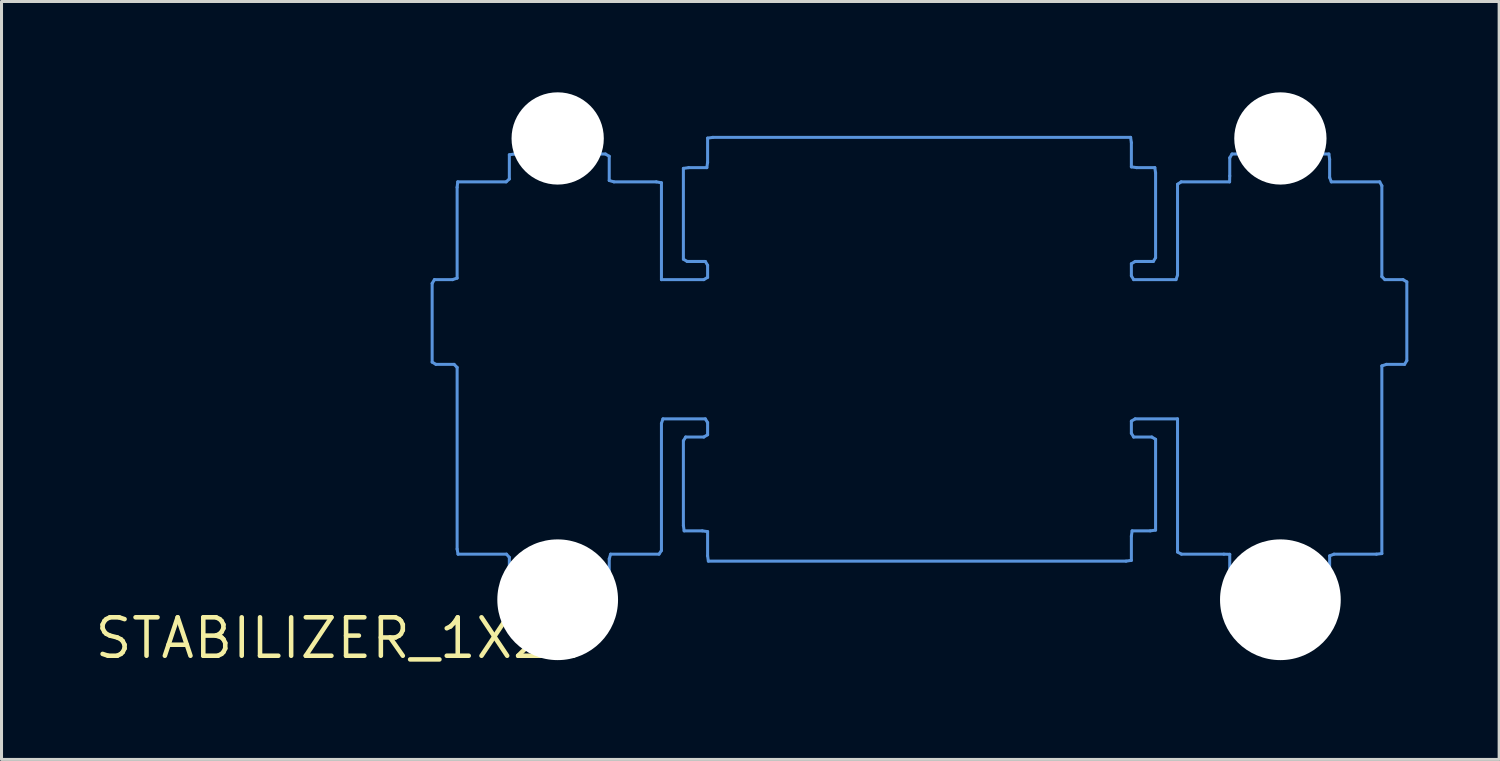
<source format=kicad_pcb>
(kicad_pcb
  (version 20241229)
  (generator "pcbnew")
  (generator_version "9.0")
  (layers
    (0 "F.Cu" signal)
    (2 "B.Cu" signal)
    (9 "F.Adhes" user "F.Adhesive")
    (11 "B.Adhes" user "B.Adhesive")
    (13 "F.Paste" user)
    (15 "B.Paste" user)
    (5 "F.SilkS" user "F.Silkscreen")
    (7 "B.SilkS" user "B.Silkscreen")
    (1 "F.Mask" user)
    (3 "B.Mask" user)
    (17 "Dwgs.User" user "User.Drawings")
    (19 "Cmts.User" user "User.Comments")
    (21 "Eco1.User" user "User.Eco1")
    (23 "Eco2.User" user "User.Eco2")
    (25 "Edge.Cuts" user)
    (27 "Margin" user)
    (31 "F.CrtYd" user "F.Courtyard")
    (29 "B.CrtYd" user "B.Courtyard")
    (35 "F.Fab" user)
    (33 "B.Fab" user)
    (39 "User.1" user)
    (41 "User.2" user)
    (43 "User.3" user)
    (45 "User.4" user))
  (footprint "STABILIZER_1X2U"
    (layer "F.Cu")
    (at 8.262 18.034)
    (property "Reference" "STABILIZER_1X2U" (at 0 0 0) (layer "F.SilkS") (effects (font (size 1.27 1.27) (thickness 0.15))))
    (attr through_hole)
    (fp_line (start 2.965 -11.721) (end 2.965 -9.121) (stroke (width 0.1) (type solid)) (layer "Cmts.User"))
    (fp_line (start 2.965 -9.121) (end 3.09 -9.046) (stroke (width 0.1) (type solid)) (layer "Cmts.User"))
    (fp_line (start 3.04 -11.846) (end 2.965 -11.721) (stroke (width 0.1) (type solid)) (layer "Cmts.User"))
    (fp_line (start 3.09 -9.046) (end 3.69 -9.046) (stroke (width 0.1) (type solid)) (layer "Cmts.User"))
    (fp_line (start 3.64 -11.846) (end 3.04 -11.846) (stroke (width 0.1) (type solid)) (layer "Cmts.User"))
    (fp_line (start 3.69 -9.046) (end 3.79 -8.946) (stroke (width 0.1) (type solid)) (layer "Cmts.User"))
    (fp_line (start 3.79 -14.896) (end 3.79 -11.896) (stroke (width 0.1) (type solid)) (layer "Cmts.User"))
    (fp_line (start 3.79 -11.896) (end 3.64 -11.846) (stroke (width 0.1) (type solid)) (layer "Cmts.User"))
    (fp_line (start 3.79 -8.946) (end 3.79 -2.946) (stroke (width 0.1) (type solid)) (layer "Cmts.User"))
    (fp_line (start 3.79 -2.946) (end 3.82 -2.776) (stroke (width 0.1) (type solid)) (layer "Cmts.User"))
    (fp_line (start 3.81 -15.076) (end 3.79 -14.896) (stroke (width 0.1) (type solid)) (layer "Cmts.User"))
    (fp_line (start 3.82 -2.776) (end 5.42 -2.776) (stroke (width 0.1) (type solid)) (layer "Cmts.User"))
    (fp_line (start 5.41 -15.076) (end 3.81 -15.076) (stroke (width 0.1) (type solid)) (layer "Cmts.User"))
    (fp_line (start 5.42 -2.776) (end 5.515 -2.671) (stroke (width 0.1) (type solid)) (layer "Cmts.User"))
    (fp_line (start 5.515 -15.971) (end 5.515 -15.171) (stroke (width 0.1) (type solid)) (layer "Cmts.User"))
    (fp_line (start 5.515 -15.171) (end 5.41 -15.076) (stroke (width 0.1) (type solid)) (layer "Cmts.User"))
    (fp_line (start 5.515 -2.671) (end 5.515 -1.871) (stroke (width 0.1) (type solid)) (layer "Cmts.User"))
    (fp_line (start 5.515 -1.871) (end 5.64 -1.796) (stroke (width 0.1) (type solid)) (layer "Cmts.User"))
    (fp_line (start 5.64 -1.796) (end 8.64 -1.796) (stroke (width 0.1) (type solid)) (layer "Cmts.User"))
    (fp_line (start 5.69 -15.996) (end 5.515 -15.971) (stroke (width 0.1) (type solid)) (layer "Cmts.User"))
    (fp_line (start 8.64 -1.796) (end 8.815 -1.821) (stroke (width 0.1) (type solid)) (layer "Cmts.User"))
    (fp_line (start 8.69 -15.996) (end 5.69 -15.996) (stroke (width 0.1) (type solid)) (layer "Cmts.User"))
    (fp_line (start 8.815 -15.921) (end 8.69 -15.996) (stroke (width 0.1) (type solid)) (layer "Cmts.User"))
    (fp_line (start 8.815 -15.121) (end 8.815 -15.921) (stroke (width 0.1) (type solid)) (layer "Cmts.User"))
    (fp_line (start 8.815 -2.621) (end 8.86 -2.776) (stroke (width 0.1) (type solid)) (layer "Cmts.User"))
    (fp_line (start 8.815 -1.821) (end 8.815 -2.621) (stroke (width 0.1) (type solid)) (layer "Cmts.User"))
    (fp_line (start 8.86 -2.776) (end 10.46 -2.776) (stroke (width 0.1) (type solid)) (layer "Cmts.User"))
    (fp_line (start 8.97 -15.076) (end 8.815 -15.121) (stroke (width 0.1) (type solid)) (layer "Cmts.User"))
    (fp_line (start 10.37 -15.076) (end 8.97 -15.076) (stroke (width 0.1) (type solid)) (layer "Cmts.User"))
    (fp_line (start 10.46 -2.776) (end 10.54 -2.896) (stroke (width 0.1) (type solid)) (layer "Cmts.User"))
    (fp_line (start 10.54 -15.046) (end 10.37 -15.076) (stroke (width 0.1) (type solid)) (layer "Cmts.User"))
    (fp_line (start 10.54 -11.846) (end 10.54 -15.046) (stroke (width 0.1) (type solid)) (layer "Cmts.User"))
    (fp_line (start 10.54 -7.096) (end 10.59 -7.246) (stroke (width 0.1) (type solid)) (layer "Cmts.User"))
    (fp_line (start 10.54 -2.896) (end 10.54 -7.096) (stroke (width 0.1) (type solid)) (layer "Cmts.User"))
    (fp_line (start 10.59 -7.246) (end 11.99 -7.246) (stroke (width 0.1) (type solid)) (layer "Cmts.User"))
    (fp_line (start 11.265 -15.521) (end 11.265 -12.521) (stroke (width 0.1) (type solid)) (layer "Cmts.User"))
    (fp_line (start 11.265 -12.521) (end 11.39 -12.446) (stroke (width 0.1) (type solid)) (layer "Cmts.User"))
    (fp_line (start 11.265 -6.521) (end 11.265 -3.721) (stroke (width 0.1) (type solid)) (layer "Cmts.User"))
    (fp_line (start 11.265 -3.721) (end 11.29 -3.546) (stroke (width 0.1) (type solid)) (layer "Cmts.User"))
    (fp_line (start 11.29 -3.546) (end 11.89 -3.546) (stroke (width 0.1) (type solid)) (layer "Cmts.User"))
    (fp_line (start 11.34 -6.646) (end 11.265 -6.521) (stroke (width 0.1) (type solid)) (layer "Cmts.User"))
    (fp_line (start 11.39 -12.446) (end 11.99 -12.446) (stroke (width 0.1) (type solid)) (layer "Cmts.User"))
    (fp_line (start 11.44 -15.546) (end 11.265 -15.521) (stroke (width 0.1) (type solid)) (layer "Cmts.User"))
    (fp_line (start 11.89 -3.546) (end 12.065 -3.521) (stroke (width 0.1) (type solid)) (layer "Cmts.User"))
    (fp_line (start 11.94 -11.846) (end 10.54 -11.846) (stroke (width 0.1) (type solid)) (layer "Cmts.User"))
    (fp_line (start 11.94 -6.646) (end 11.34 -6.646) (stroke (width 0.1) (type solid)) (layer "Cmts.User"))
    (fp_line (start 11.99 -7.246) (end 12.065 -7.121) (stroke (width 0.1) (type solid)) (layer "Cmts.User"))
    (fp_line (start 11.99 -12.446) (end 12.065 -12.321) (stroke (width 0.1) (type solid)) (layer "Cmts.User"))
    (fp_line (start 12.04 -15.546) (end 11.44 -15.546) (stroke (width 0.1) (type solid)) (layer "Cmts.User"))
    (fp_line (start 12.065 -16.521) (end 12.065 -15.721) (stroke (width 0.1) (type solid)) (layer "Cmts.User"))
    (fp_line (start 12.065 -15.721) (end 12.04 -15.546) (stroke (width 0.1) (type solid)) (layer "Cmts.User"))
    (fp_line (start 12.065 -12.321) (end 12.065 -11.921) (stroke (width 0.1) (type solid)) (layer "Cmts.User"))
    (fp_line (start 12.065 -11.921) (end 11.94 -11.846) (stroke (width 0.1) (type solid)) (layer "Cmts.User"))
    (fp_line (start 12.065 -7.121) (end 12.065 -6.721) (stroke (width 0.1) (type solid)) (layer "Cmts.User"))
    (fp_line (start 12.065 -6.721) (end 11.94 -6.646) (stroke (width 0.1) (type solid)) (layer "Cmts.User"))
    (fp_line (start 12.065 -3.521) (end 12.065 -2.721) (stroke (width 0.1) (type solid)) (layer "Cmts.User"))
    (fp_line (start 12.065 -2.721) (end 12.09 -2.546) (stroke (width 0.1) (type solid)) (layer "Cmts.User"))
    (fp_line (start 12.09 -2.546) (end 25.89 -2.546) (stroke (width 0.1) (type solid)) (layer "Cmts.User"))
    (fp_line (start 12.24 -16.546) (end 12.065 -16.521) (stroke (width 0.1) (type solid)) (layer "Cmts.User"))
    (fp_line (start 25.89 -2.546) (end 26.065 -2.571) (stroke (width 0.1) (type solid)) (layer "Cmts.User"))
    (fp_line (start 26.04 -16.546) (end 12.24 -16.546) (stroke (width 0.1) (type solid)) (layer "Cmts.User"))
    (fp_line (start 26.065 -16.371) (end 26.04 -16.546) (stroke (width 0.1) (type solid)) (layer "Cmts.User"))
    (fp_line (start 26.065 -15.571) (end 26.065 -16.371) (stroke (width 0.1) (type solid)) (layer "Cmts.User"))
    (fp_line (start 26.065 -12.371) (end 26.19 -12.446) (stroke (width 0.1) (type solid)) (layer "Cmts.User"))
    (fp_line (start 26.065 -11.971) (end 26.065 -12.371) (stroke (width 0.1) (type solid)) (layer "Cmts.User"))
    (fp_line (start 26.065 -7.171) (end 26.19 -7.246) (stroke (width 0.1) (type solid)) (layer "Cmts.User"))
    (fp_line (start 26.065 -6.771) (end 26.065 -7.171) (stroke (width 0.1) (type solid)) (layer "Cmts.User"))
    (fp_line (start 26.065 -3.371) (end 26.09 -3.546) (stroke (width 0.1) (type solid)) (layer "Cmts.User"))
    (fp_line (start 26.065 -2.571) (end 26.065 -3.371) (stroke (width 0.1) (type solid)) (layer "Cmts.User"))
    (fp_line (start 26.09 -3.546) (end 26.69 -3.546) (stroke (width 0.1) (type solid)) (layer "Cmts.User"))
    (fp_line (start 26.14 -6.646) (end 26.065 -6.771) (stroke (width 0.1) (type solid)) (layer "Cmts.User"))
    (fp_line (start 26.14 -11.846) (end 26.065 -11.971) (stroke (width 0.1) (type solid)) (layer "Cmts.User"))
    (fp_line (start 26.19 -12.446) (end 26.79 -12.446) (stroke (width 0.1) (type solid)) (layer "Cmts.User"))
    (fp_line (start 26.19 -7.246) (end 27.59 -7.246) (stroke (width 0.1) (type solid)) (layer "Cmts.User"))
    (fp_line (start 26.24 -15.546) (end 26.065 -15.571) (stroke (width 0.1) (type solid)) (layer "Cmts.User"))
    (fp_line (start 26.69 -3.546) (end 26.865 -3.571) (stroke (width 0.1) (type solid)) (layer "Cmts.User"))
    (fp_line (start 26.74 -6.646) (end 26.14 -6.646) (stroke (width 0.1) (type solid)) (layer "Cmts.User"))
    (fp_line (start 26.79 -12.446) (end 26.865 -12.571) (stroke (width 0.1) (type solid)) (layer "Cmts.User"))
    (fp_line (start 26.84 -15.546) (end 26.24 -15.546) (stroke (width 0.1) (type solid)) (layer "Cmts.User"))
    (fp_line (start 26.865 -15.371) (end 26.84 -15.546) (stroke (width 0.1) (type solid)) (layer "Cmts.User"))
    (fp_line (start 26.865 -12.571) (end 26.865 -15.371) (stroke (width 0.1) (type solid)) (layer "Cmts.User"))
    (fp_line (start 26.865 -6.571) (end 26.74 -6.646) (stroke (width 0.1) (type solid)) (layer "Cmts.User"))
    (fp_line (start 26.865 -3.571) (end 26.865 -6.571) (stroke (width 0.1) (type solid)) (layer "Cmts.User"))
    (fp_line (start 27.54 -11.846) (end 26.14 -11.846) (stroke (width 0.1) (type solid)) (layer "Cmts.User"))
    (fp_line (start 27.59 -14.996) (end 27.59 -11.996) (stroke (width 0.1) (type solid)) (layer "Cmts.User"))
    (fp_line (start 27.59 -11.996) (end 27.54 -11.846) (stroke (width 0.1) (type solid)) (layer "Cmts.User"))
    (fp_line (start 27.59 -7.246) (end 27.59 -2.846) (stroke (width 0.1) (type solid)) (layer "Cmts.User"))
    (fp_line (start 27.59 -2.846) (end 27.72 -2.776) (stroke (width 0.1) (type solid)) (layer "Cmts.User"))
    (fp_line (start 27.71 -15.076) (end 27.59 -14.996) (stroke (width 0.1) (type solid)) (layer "Cmts.User"))
    (fp_line (start 27.72 -2.776) (end 29.12 -2.776) (stroke (width 0.1) (type solid)) (layer "Cmts.User"))
    (fp_line (start 29.12 -2.776) (end 29.315 -2.771) (stroke (width 0.1) (type solid)) (layer "Cmts.User"))
    (fp_line (start 29.31 -15.076) (end 27.71 -15.076) (stroke (width 0.1) (type solid)) (layer "Cmts.User"))
    (fp_line (start 29.315 -15.871) (end 29.315 -15.271) (stroke (width 0.1) (type solid)) (layer "Cmts.User"))
    (fp_line (start 29.315 -15.271) (end 29.31 -15.076) (stroke (width 0.1) (type solid)) (layer "Cmts.User"))
    (fp_line (start 29.315 -2.771) (end 29.315 -1.971) (stroke (width 0.1) (type solid)) (layer "Cmts.User"))
    (fp_line (start 29.315 -1.971) (end 29.34 -1.796) (stroke (width 0.1) (type solid)) (layer "Cmts.User"))
    (fp_line (start 29.34 -1.796) (end 32.54 -1.796) (stroke (width 0.1) (type solid)) (layer "Cmts.User"))
    (fp_line (start 29.39 -15.996) (end 29.315 -15.871) (stroke (width 0.1) (type solid)) (layer "Cmts.User"))
    (fp_line (start 32.54 -1.796) (end 32.615 -1.921) (stroke (width 0.1) (type solid)) (layer "Cmts.User"))
    (fp_line (start 32.59 -15.996) (end 29.39 -15.996) (stroke (width 0.1) (type solid)) (layer "Cmts.User"))
    (fp_line (start 32.615 -15.821) (end 32.59 -15.996) (stroke (width 0.1) (type solid)) (layer "Cmts.User"))
    (fp_line (start 32.615 -15.221) (end 32.615 -15.821) (stroke (width 0.1) (type solid)) (layer "Cmts.User"))
    (fp_line (start 32.615 -2.721) (end 32.76 -2.776) (stroke (width 0.1) (type solid)) (layer "Cmts.User"))
    (fp_line (start 32.615 -1.921) (end 32.615 -2.721) (stroke (width 0.1) (type solid)) (layer "Cmts.User"))
    (fp_line (start 32.67 -15.076) (end 32.615 -15.221) (stroke (width 0.1) (type solid)) (layer "Cmts.User"))
    (fp_line (start 32.76 -2.776) (end 34.16 -2.776) (stroke (width 0.1) (type solid)) (layer "Cmts.User"))
    (fp_line (start 34.16 -2.776) (end 34.34 -2.796) (stroke (width 0.1) (type solid)) (layer "Cmts.User"))
    (fp_line (start 34.27 -15.076) (end 32.67 -15.076) (stroke (width 0.1) (type solid)) (layer "Cmts.User"))
    (fp_line (start 34.34 -14.946) (end 34.27 -15.076) (stroke (width 0.1) (type solid)) (layer "Cmts.User"))
    (fp_line (start 34.34 -11.946) (end 34.34 -14.946) (stroke (width 0.1) (type solid)) (layer "Cmts.User"))
    (fp_line (start 34.34 -8.996) (end 34.49 -9.046) (stroke (width 0.1) (type solid)) (layer "Cmts.User"))
    (fp_line (start 34.34 -2.796) (end 34.34 -8.996) (stroke (width 0.1) (type solid)) (layer "Cmts.User"))
    (fp_line (start 34.44 -11.846) (end 34.34 -11.946) (stroke (width 0.1) (type solid)) (layer "Cmts.User"))
    (fp_line (start 34.49 -9.046) (end 35.09 -9.046) (stroke (width 0.1) (type solid)) (layer "Cmts.User"))
    (fp_line (start 35.04 -11.846) (end 34.44 -11.846) (stroke (width 0.1) (type solid)) (layer "Cmts.User"))
    (fp_line (start 35.09 -9.046) (end 35.165 -9.171) (stroke (width 0.1) (type solid)) (layer "Cmts.User"))
    (fp_line (start 35.165 -11.771) (end 35.04 -11.846) (stroke (width 0.1) (type solid)) (layer "Cmts.User"))
    (fp_line (start 35.165 -9.171) (end 35.165 -11.771) (stroke (width 0.1) (type solid)) (layer "Cmts.User"))
    (pad "" np_thru_hole circle (at 7.112 -16.51) (size 3.048 3.048) (drill 3.048) (layers "*.Cu" "*.Mask"))
    (pad "" np_thru_hole circle (at 7.112 -1.27) (size 3.988 3.988) (drill 3.988) (layers "*.Cu" "*.Mask"))
    (pad "" np_thru_hole circle (at 30.988 -16.51) (size 3.048 3.048) (drill 3.048) (layers "*.Cu" "*.Mask"))
    (pad "" np_thru_hole circle (at 30.988 -1.27) (size 3.988 3.988) (drill 3.988) (layers "*.Cu" "*.Mask")))
  (gr_rect
    (start -3 -3)
    (end 46.477 22.04)
    (stroke (width 0.1) (type default))
    (fill no)
    (layer "Edge.Cuts")))
</source>
